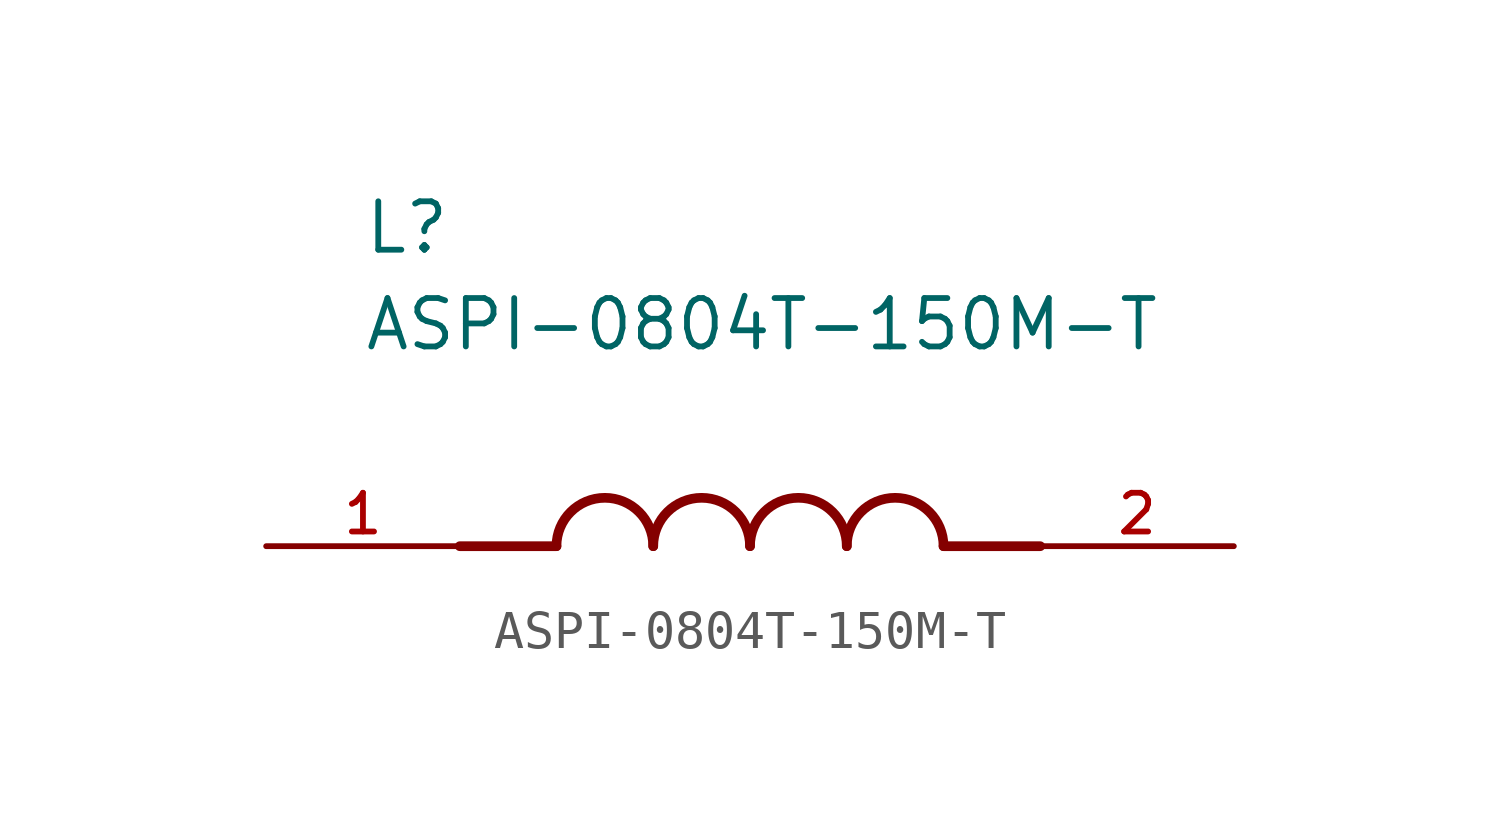
<source format=kicad_sym>
(kicad_symbol_lib
  (version 20211014)
  (generator kicad_symbol_editor)
  (symbol "ASPI-0804T-150M-T"
    (pin_names
      (offset 1.016))
    (property "Reference" "L"
      (at -10.16 7.62 0)
      (effects (font (size 1.27 1.27)) (justify bottom left)))
    (property "Value" "ASPI-0804T-150M-T"
      (at -10.16 5.08 0)
      (effects (font (size 1.27 1.27)) (justify bottom left)))
    (symbol "ASPI-0804T-150M-T_0_0"
      (polyline (pts (xy -5.08 0.0) (xy -7.62 0.0)) (stroke (width 0.254)))
      (polyline (pts (xy 5.08 0.0) (xy 7.62 0.0)) (stroke (width 0.254)))
      (arc (start -2.54 0.0) (mid -3.81 1.27) (end -5.08 0.0) (stroke (width 0.254) (type default) (color 0 0 0 0)) (fill (type none)))
      (arc (start 0.0 0.0) (mid -1.27 1.27) (end -2.54 0.0) (stroke (width 0.254) (type default) (color 0 0 0 0)) (fill (type none)))
      (arc (start 2.54 0.0) (mid 1.27 1.27) (end 0.0 0.0) (stroke (width 0.254) (type default) (color 0 0 0 0)) (fill (type none)))
      (arc (start 5.08 0.0) (mid 3.81 1.27) (end 2.54 0.0) (stroke (width 0.254) (type default) (color 0 0 0 0)) (fill (type none)))
      (pin passive line (at -12.7 0.0 0) (length 5.08) (name "~" (effects (font (size 1.016 1.016)))) (number "1" (effects (font (size 1.016 1.016)))))
      (pin passive line (at 12.7 0.0 180.0) (length 5.08) (name "~" (effects (font (size 1.016 1.016)))) (number "2" (effects (font (size 1.016 1.016))))))))
</source>
